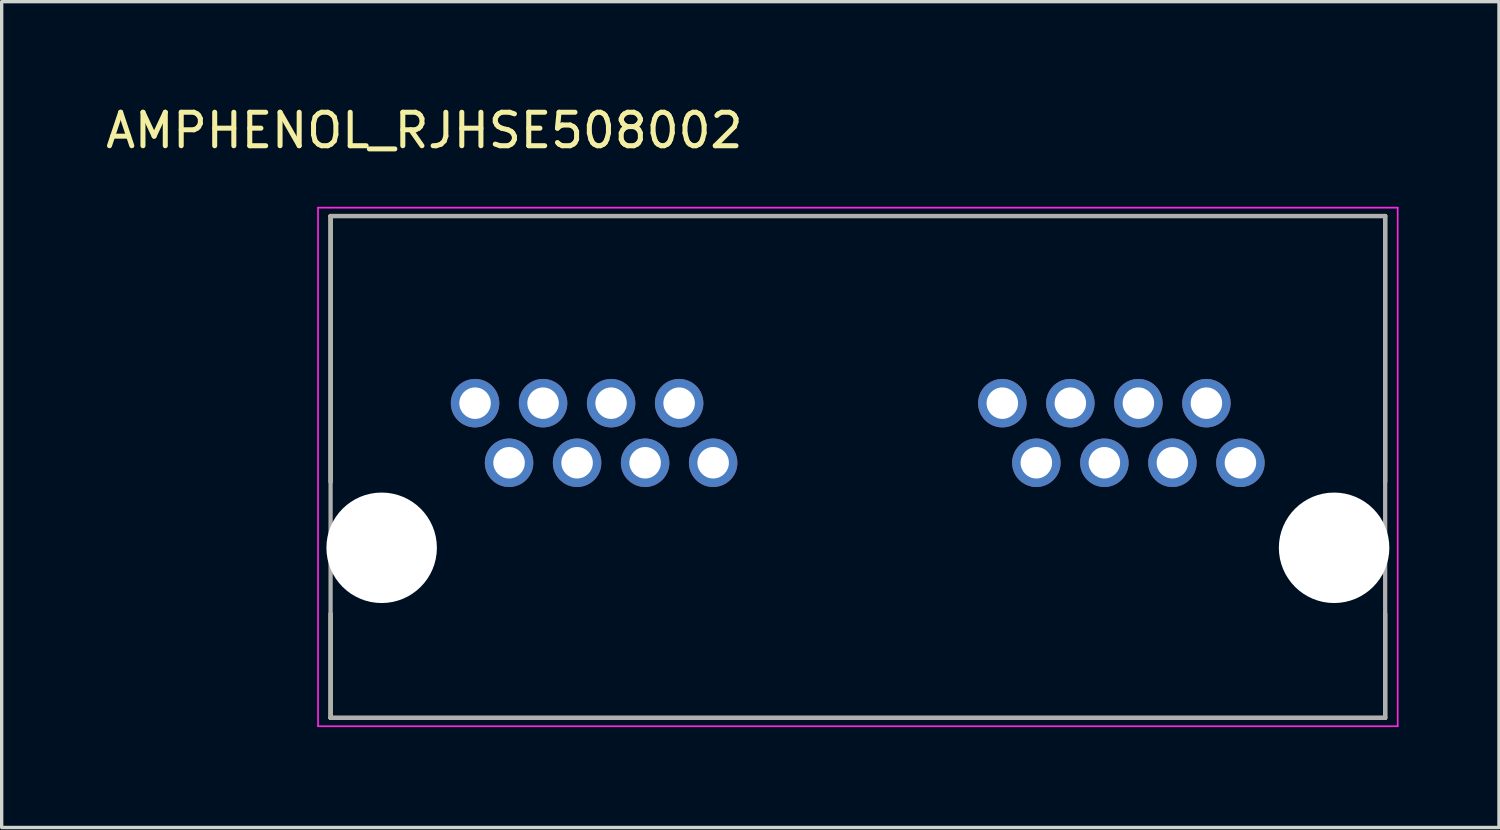
<source format=kicad_pcb>
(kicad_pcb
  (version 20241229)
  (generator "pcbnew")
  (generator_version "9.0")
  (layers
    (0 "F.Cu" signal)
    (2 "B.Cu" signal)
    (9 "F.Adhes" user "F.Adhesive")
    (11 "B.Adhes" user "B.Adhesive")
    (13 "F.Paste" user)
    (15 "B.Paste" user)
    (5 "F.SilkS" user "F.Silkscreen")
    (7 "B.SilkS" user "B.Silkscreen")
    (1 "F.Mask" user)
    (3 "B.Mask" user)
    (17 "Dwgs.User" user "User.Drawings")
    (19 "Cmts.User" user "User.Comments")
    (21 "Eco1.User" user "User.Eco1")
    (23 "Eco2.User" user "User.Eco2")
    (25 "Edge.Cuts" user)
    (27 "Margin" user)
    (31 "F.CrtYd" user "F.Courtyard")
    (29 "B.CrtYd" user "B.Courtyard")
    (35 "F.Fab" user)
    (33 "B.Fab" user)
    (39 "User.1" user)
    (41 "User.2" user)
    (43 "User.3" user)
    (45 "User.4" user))
  (footprint "AMPHENOL_RJHSE508002"
    (layer "F.Cu")
    (at 22.575 13.313)
    (property "Reference" "AMPHENOL_RJHSE508002" (at -12.95 -12.465 0) (layer "F.SilkS") (effects (font (size 1 1) (thickness 0.15))))
    (attr through_hole)
    (fp_line (start -15.75 -9.91) (end 15.75 -9.91) (stroke (width 0.127) (type solid)) (layer "F.SilkS"))
    (fp_line (start -15.75 -1.97) (end -15.75 -9.91) (stroke (width 0.127) (type solid)) (layer "F.SilkS"))
    (fp_line (start -15.75 5.08) (end -15.75 1.97) (stroke (width 0.127) (type solid)) (layer "F.SilkS"))
    (fp_line (start 15.75 -9.91) (end 15.75 -1.97) (stroke (width 0.127) (type solid)) (layer "F.SilkS"))
    (fp_line (start 15.75 1.97) (end 15.75 5.08) (stroke (width 0.127) (type solid)) (layer "F.SilkS"))
    (fp_line (start 15.75 5.08) (end -15.75 5.08) (stroke (width 0.127) (type solid)) (layer "F.SilkS"))
    (fp_line (start -16.125 -10.16) (end -16.125 5.33) (stroke (width 0.05) (type solid)) (layer "F.CrtYd"))
    (fp_line (start -16.125 5.33) (end 16.125 5.33) (stroke (width 0.05) (type solid)) (layer "F.CrtYd"))
    (fp_line (start 16.125 -10.16) (end -16.125 -10.16) (stroke (width 0.05) (type solid)) (layer "F.CrtYd"))
    (fp_line (start 16.125 5.33) (end 16.125 -10.16) (stroke (width 0.05) (type solid)) (layer "F.CrtYd"))
    (fp_line (start -15.75 -9.91) (end 15.75 -9.91) (stroke (width 0.127) (type solid)) (layer "F.Fab"))
    (fp_line (start -15.75 5.08) (end -15.75 -9.91) (stroke (width 0.127) (type solid)) (layer "F.Fab"))
    (fp_line (start 15.75 -9.91) (end 15.75 5.08) (stroke (width 0.127) (type solid)) (layer "F.Fab"))
    (fp_line (start 15.75 5.08) (end -15.75 5.08) (stroke (width 0.127) (type solid)) (layer "F.Fab"))
    (pad "" np_thru_hole circle (at -14.225 0) (size 3.3 3.3) (drill 3.3) (layers "*.Cu" "*.Mask"))
    (pad "" np_thru_hole circle (at 14.225 0) (size 3.3 3.3) (drill 3.3) (layers "*.Cu" "*.Mask"))
    (pad "1_1" thru_hole circle (at -4.323 -2.54) (size 1.448 1.448) (drill 0.94) (layers "*.Cu" "*.Mask"))
    (pad "1_2" thru_hole circle (at -5.339 -4.32) (size 1.448 1.448) (drill 0.94) (layers "*.Cu" "*.Mask"))
    (pad "1_3" thru_hole circle (at -6.355 -2.54) (size 1.448 1.448) (drill 0.94) (layers "*.Cu" "*.Mask"))
    (pad "1_4" thru_hole circle (at -7.371 -4.32) (size 1.448 1.448) (drill 0.94) (layers "*.Cu" "*.Mask"))
    (pad "1_5" thru_hole circle (at -8.387 -2.54) (size 1.448 1.448) (drill 0.94) (layers "*.Cu" "*.Mask"))
    (pad "1_6" thru_hole circle (at -9.403 -4.32) (size 1.448 1.448) (drill 0.94) (layers "*.Cu" "*.Mask"))
    (pad "1_7" thru_hole circle (at -10.419 -2.54) (size 1.448 1.448) (drill 0.94) (layers "*.Cu" "*.Mask"))
    (pad "1_8" thru_hole circle (at -11.435 -4.32) (size 1.448 1.448) (drill 0.94) (layers "*.Cu" "*.Mask"))
    (pad "2_1" thru_hole circle (at 11.427 -2.54) (size 1.448 1.448) (drill 0.94) (layers "*.Cu" "*.Mask"))
    (pad "2_2" thru_hole circle (at 10.411 -4.32) (size 1.448 1.448) (drill 0.94) (layers "*.Cu" "*.Mask"))
    (pad "2_3" thru_hole circle (at 9.395 -2.54) (size 1.448 1.448) (drill 0.94) (layers "*.Cu" "*.Mask"))
    (pad "2_4" thru_hole circle (at 8.379 -4.32) (size 1.448 1.448) (drill 0.94) (layers "*.Cu" "*.Mask"))
    (pad "2_5" thru_hole circle (at 7.363 -2.54) (size 1.448 1.448) (drill 0.94) (layers "*.Cu" "*.Mask"))
    (pad "2_6" thru_hole circle (at 6.347 -4.32) (size 1.448 1.448) (drill 0.94) (layers "*.Cu" "*.Mask"))
    (pad "2_7" thru_hole circle (at 5.331 -2.54) (size 1.448 1.448) (drill 0.94) (layers "*.Cu" "*.Mask"))
    (pad "2_8" thru_hole circle (at 4.315 -4.32) (size 1.448 1.448) (drill 0.94) (layers "*.Cu" "*.Mask")))
  (gr_rect
    (start -3 -3)
    (end 41.725 21.668)
    (stroke (width 0.1) (type default))
    (fill no)
    (layer "Edge.Cuts")))
</source>
